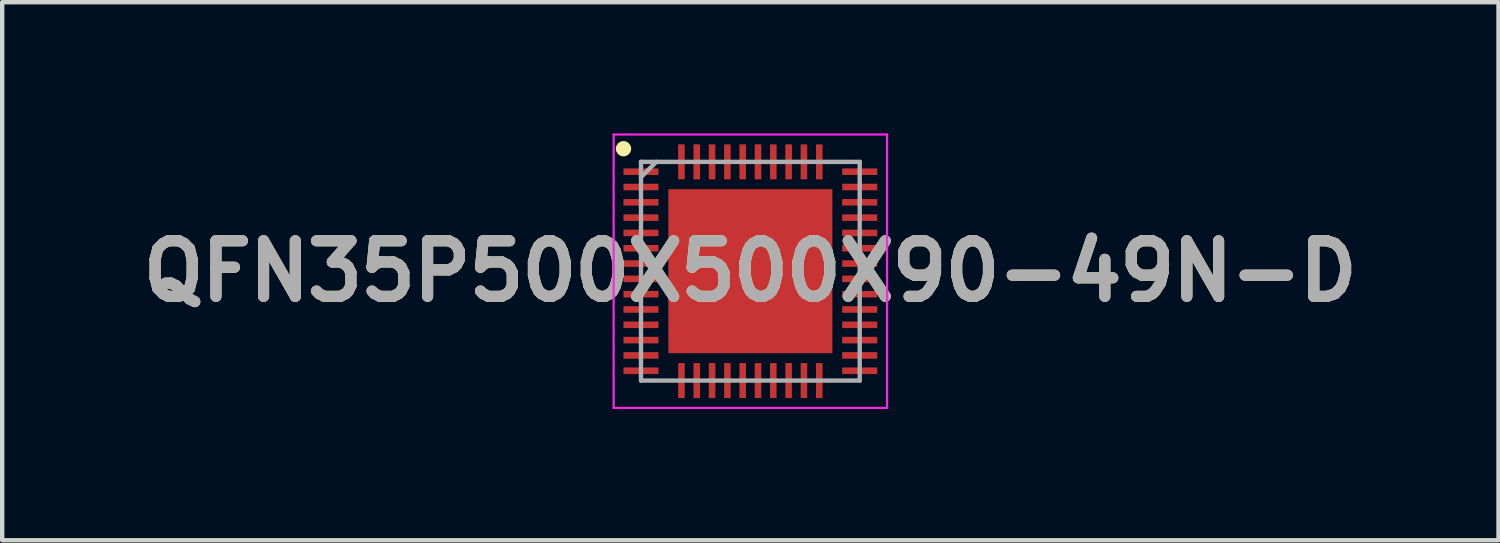
<source format=kicad_pcb>
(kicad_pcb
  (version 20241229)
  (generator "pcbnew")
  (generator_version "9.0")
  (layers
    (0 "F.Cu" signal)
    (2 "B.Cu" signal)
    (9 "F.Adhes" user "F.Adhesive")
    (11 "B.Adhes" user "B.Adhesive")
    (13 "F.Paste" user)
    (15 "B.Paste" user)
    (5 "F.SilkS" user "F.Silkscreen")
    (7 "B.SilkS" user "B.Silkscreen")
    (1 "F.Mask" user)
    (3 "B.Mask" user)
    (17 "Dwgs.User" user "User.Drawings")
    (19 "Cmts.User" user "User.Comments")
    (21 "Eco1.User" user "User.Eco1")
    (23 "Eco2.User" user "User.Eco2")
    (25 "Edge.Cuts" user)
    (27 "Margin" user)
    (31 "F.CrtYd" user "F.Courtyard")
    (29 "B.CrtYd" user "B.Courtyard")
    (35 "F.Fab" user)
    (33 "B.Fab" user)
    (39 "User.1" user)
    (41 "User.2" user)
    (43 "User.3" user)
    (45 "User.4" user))
  (footprint "QFN35P500X500X90-49N-D"
    (layer "F.Cu")
    (at 14.103 3.15)
    (property "Reference" "QFN35P500X500X90-49N-D" (at 0 0 0) (layer "F.SilkS") (effects (font (size 1.27 1.27) (thickness 0.254))))
    (attr smd)
    (fp_circle (center -2.9 -2.8) (end -2.9 -2.712) (stroke (width 0.175) (type solid)) (fill no) (layer "F.SilkS"))
    (fp_line (start -3.125 -3.125) (end 3.125 -3.125) (stroke (width 0.05) (type solid)) (layer "F.CrtYd"))
    (fp_line (start -3.125 3.125) (end -3.125 -3.125) (stroke (width 0.05) (type solid)) (layer "F.CrtYd"))
    (fp_line (start 3.125 -3.125) (end 3.125 3.125) (stroke (width 0.05) (type solid)) (layer "F.CrtYd"))
    (fp_line (start 3.125 3.125) (end -3.125 3.125) (stroke (width 0.05) (type solid)) (layer "F.CrtYd"))
    (fp_line (start -2.5 -2.5) (end 2.5 -2.5) (stroke (width 0.1) (type solid)) (layer "F.Fab"))
    (fp_line (start -2.5 -2.15) (end -2.15 -2.5) (stroke (width 0.1) (type solid)) (layer "F.Fab"))
    (fp_line (start -2.5 2.5) (end -2.5 -2.5) (stroke (width 0.1) (type solid)) (layer "F.Fab"))
    (fp_line (start 2.5 -2.5) (end 2.5 2.5) (stroke (width 0.1) (type solid)) (layer "F.Fab"))
    (fp_line (start 2.5 2.5) (end -2.5 2.5) (stroke (width 0.1) (type solid)) (layer "F.Fab"))
    (fp_text user "${REFERENCE}" (at 0 0 0) (layer "F.Fab") (effects (font (size 1.27 1.27) (thickness 0.254))))
    (pad "1" smd rect (at -2.5 -2.275 90) (size 0.15 0.8) (layers "F.Cu" "F.Mask" "F.Paste"))
    (pad "2" smd rect (at -2.5 -1.925 90) (size 0.15 0.8) (layers "F.Cu" "F.Mask" "F.Paste"))
    (pad "3" smd rect (at -2.5 -1.575 90) (size 0.15 0.8) (layers "F.Cu" "F.Mask" "F.Paste"))
    (pad "4" smd rect (at -2.5 -1.225 90) (size 0.15 0.8) (layers "F.Cu" "F.Mask" "F.Paste"))
    (pad "5" smd rect (at -2.5 -0.875 90) (size 0.15 0.8) (layers "F.Cu" "F.Mask" "F.Paste"))
    (pad "6" smd rect (at -2.5 -0.525 90) (size 0.15 0.8) (layers "F.Cu" "F.Mask" "F.Paste"))
    (pad "7" smd rect (at -2.5 -0.175 90) (size 0.15 0.8) (layers "F.Cu" "F.Mask" "F.Paste"))
    (pad "8" smd rect (at -2.5 0.175 90) (size 0.15 0.8) (layers "F.Cu" "F.Mask" "F.Paste"))
    (pad "9" smd rect (at -2.5 0.525 90) (size 0.15 0.8) (layers "F.Cu" "F.Mask" "F.Paste"))
    (pad "10" smd rect (at -2.5 0.875 90) (size 0.15 0.8) (layers "F.Cu" "F.Mask" "F.Paste"))
    (pad "11" smd rect (at -2.5 1.225 90) (size 0.15 0.8) (layers "F.Cu" "F.Mask" "F.Paste"))
    (pad "12" smd rect (at -2.5 1.575 90) (size 0.15 0.8) (layers "F.Cu" "F.Mask" "F.Paste"))
    (pad "13" smd rect (at -2.5 1.925 90) (size 0.15 0.8) (layers "F.Cu" "F.Mask" "F.Paste"))
    (pad "14" smd rect (at -2.5 2.275 90) (size 0.15 0.8) (layers "F.Cu" "F.Mask" "F.Paste"))
    (pad "15" smd rect (at -1.575 2.5) (size 0.15 0.8) (layers "F.Cu" "F.Mask" "F.Paste"))
    (pad "16" smd rect (at -1.225 2.5) (size 0.15 0.8) (layers "F.Cu" "F.Mask" "F.Paste"))
    (pad "17" smd rect (at -0.875 2.5) (size 0.15 0.8) (layers "F.Cu" "F.Mask" "F.Paste"))
    (pad "18" smd rect (at -0.525 2.5) (size 0.15 0.8) (layers "F.Cu" "F.Mask" "F.Paste"))
    (pad "19" smd rect (at -0.175 2.5) (size 0.15 0.8) (layers "F.Cu" "F.Mask" "F.Paste"))
    (pad "20" smd rect (at 0.175 2.5) (size 0.15 0.8) (layers "F.Cu" "F.Mask" "F.Paste"))
    (pad "21" smd rect (at 0.525 2.5) (size 0.15 0.8) (layers "F.Cu" "F.Mask" "F.Paste"))
    (pad "22" smd rect (at 0.875 2.5) (size 0.15 0.8) (layers "F.Cu" "F.Mask" "F.Paste"))
    (pad "23" smd rect (at 1.225 2.5) (size 0.15 0.8) (layers "F.Cu" "F.Mask" "F.Paste"))
    (pad "24" smd rect (at 1.575 2.5) (size 0.15 0.8) (layers "F.Cu" "F.Mask" "F.Paste"))
    (pad "25" smd rect (at 2.5 2.275 90) (size 0.15 0.8) (layers "F.Cu" "F.Mask" "F.Paste"))
    (pad "26" smd rect (at 2.5 1.925 90) (size 0.15 0.8) (layers "F.Cu" "F.Mask" "F.Paste"))
    (pad "27" smd rect (at 2.5 1.575 90) (size 0.15 0.8) (layers "F.Cu" "F.Mask" "F.Paste"))
    (pad "28" smd rect (at 2.5 1.225 90) (size 0.15 0.8) (layers "F.Cu" "F.Mask" "F.Paste"))
    (pad "29" smd rect (at 2.5 0.875 90) (size 0.15 0.8) (layers "F.Cu" "F.Mask" "F.Paste"))
    (pad "30" smd rect (at 2.5 0.525 90) (size 0.15 0.8) (layers "F.Cu" "F.Mask" "F.Paste"))
    (pad "31" smd rect (at 2.5 0.175 90) (size 0.15 0.8) (layers "F.Cu" "F.Mask" "F.Paste"))
    (pad "32" smd rect (at 2.5 -0.175 90) (size 0.15 0.8) (layers "F.Cu" "F.Mask" "F.Paste"))
    (pad "33" smd rect (at 2.5 -0.525 90) (size 0.15 0.8) (layers "F.Cu" "F.Mask" "F.Paste"))
    (pad "34" smd rect (at 2.5 -0.875 90) (size 0.15 0.8) (layers "F.Cu" "F.Mask" "F.Paste"))
    (pad "35" smd rect (at 2.5 -1.225 90) (size 0.15 0.8) (layers "F.Cu" "F.Mask" "F.Paste"))
    (pad "36" smd rect (at 2.5 -1.575 90) (size 0.15 0.8) (layers "F.Cu" "F.Mask" "F.Paste"))
    (pad "37" smd rect (at 2.5 -1.925 90) (size 0.15 0.8) (layers "F.Cu" "F.Mask" "F.Paste"))
    (pad "38" smd rect (at 2.5 -2.275 90) (size 0.15 0.8) (layers "F.Cu" "F.Mask" "F.Paste"))
    (pad "39" smd rect (at 1.575 -2.5) (size 0.15 0.8) (layers "F.Cu" "F.Mask" "F.Paste"))
    (pad "40" smd rect (at 1.225 -2.5) (size 0.15 0.8) (layers "F.Cu" "F.Mask" "F.Paste"))
    (pad "41" smd rect (at 0.875 -2.5) (size 0.15 0.8) (layers "F.Cu" "F.Mask" "F.Paste"))
    (pad "42" smd rect (at 0.525 -2.5) (size 0.15 0.8) (layers "F.Cu" "F.Mask" "F.Paste"))
    (pad "43" smd rect (at 0.175 -2.5) (size 0.15 0.8) (layers "F.Cu" "F.Mask" "F.Paste"))
    (pad "44" smd rect (at -0.175 -2.5) (size 0.15 0.8) (layers "F.Cu" "F.Mask" "F.Paste"))
    (pad "45" smd rect (at -0.525 -2.5) (size 0.15 0.8) (layers "F.Cu" "F.Mask" "F.Paste"))
    (pad "46" smd rect (at -0.875 -2.5) (size 0.15 0.8) (layers "F.Cu" "F.Mask" "F.Paste"))
    (pad "47" smd rect (at -1.225 -2.5) (size 0.15 0.8) (layers "F.Cu" "F.Mask" "F.Paste"))
    (pad "48" smd rect (at -1.575 -2.5) (size 0.15 0.8) (layers "F.Cu" "F.Mask" "F.Paste"))
    (pad "49" smd rect (at 0 0) (size 3.75 3.75) (layers "F.Cu" "F.Mask" "F.Paste")))
  (gr_rect
    (start -3 -3)
    (end 31.206 9.3)
    (stroke (width 0.1) (type default))
    (fill no)
    (layer "Edge.Cuts")))
</source>
